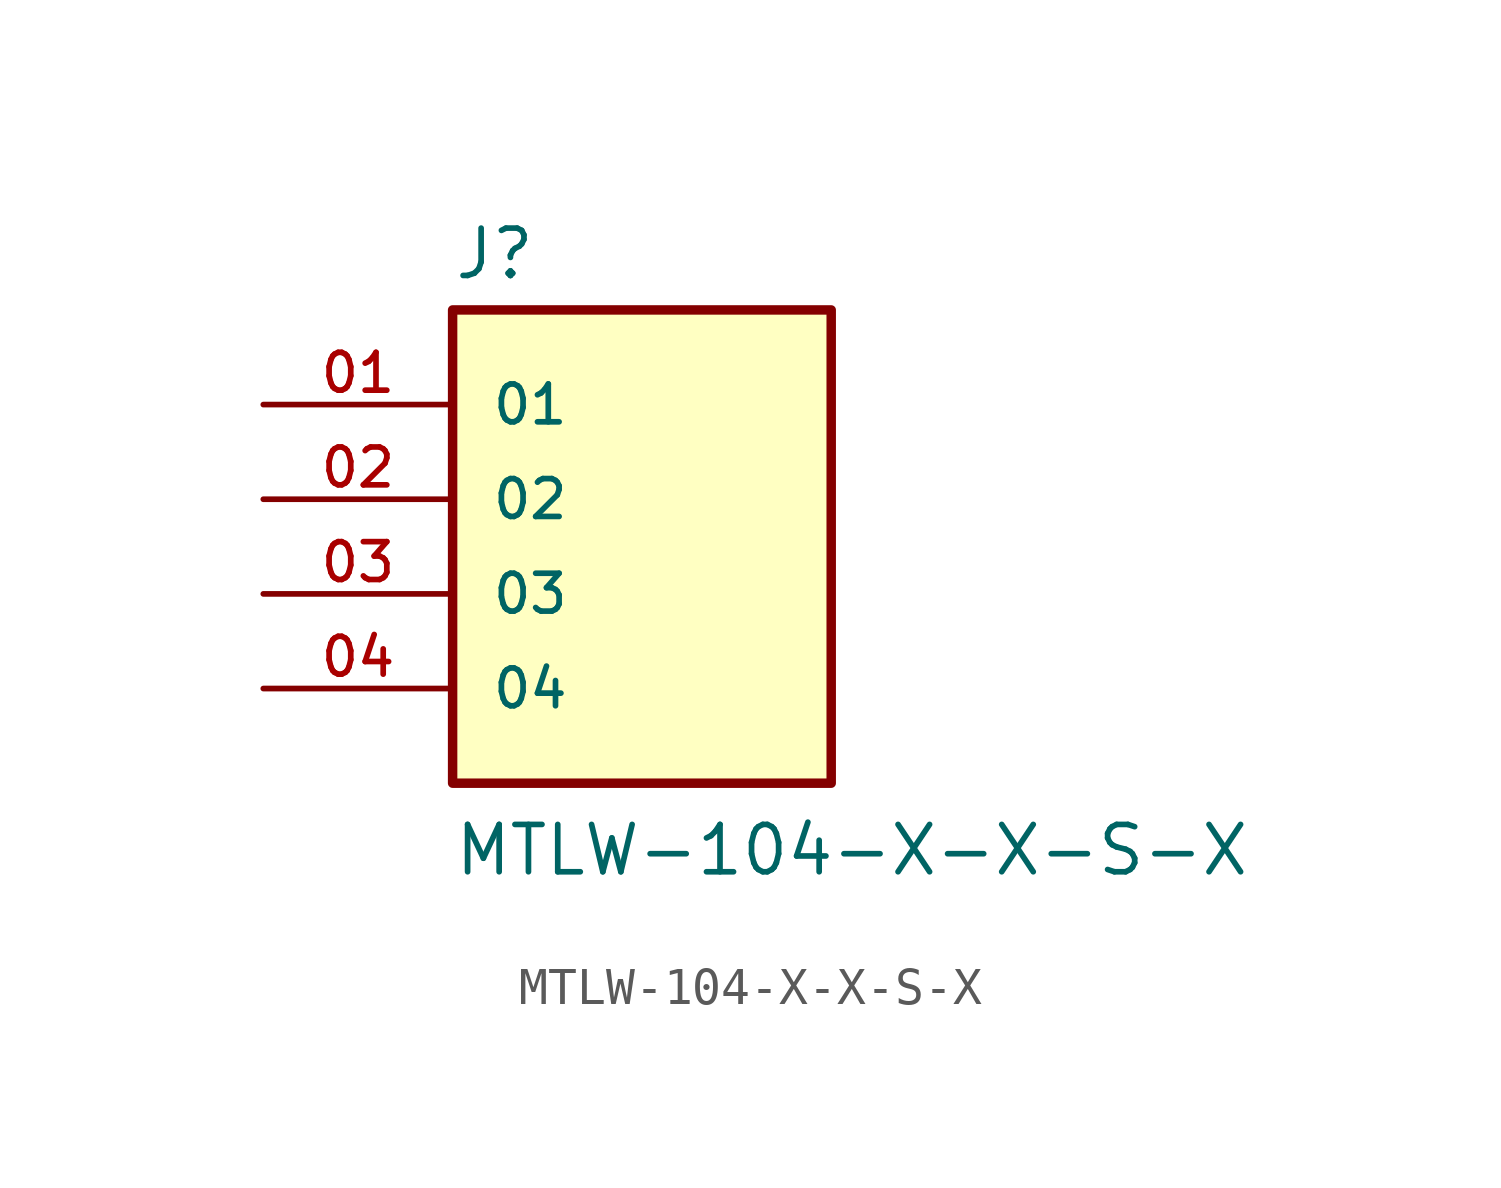
<source format=kicad_sym>
(kicad_symbol_lib
  (version 20211014)
  (generator kicad_symbol_editor)
  (symbol "MTLW-104-X-X-S-X"
    (pin_names
      (offset 1.016))
    (property "Reference" "J"
      (at -5.08 8.382 0)
      (effects (font (size 1.27 1.27)) (justify bottom left)))
    (property "Value" "MTLW-104-X-X-S-X"
      (at -5.08 -7.62 0)
      (effects (font (size 1.27 1.27)) (justify bottom left)))
    (symbol "MTLW-104-X-X-S-X_0_0"
      (rectangle (start -5.08 -5.08) (end 5.08 7.62) (stroke (width 0.254)) (fill (type background)))
      (pin passive line (at -10.16 5.08 0) (length 5.08) (name "01" (effects (font (size 1.016 1.016)))) (number "01" (effects (font (size 1.016 1.016)))))
      (pin passive line (at -10.16 2.54 0) (length 5.08) (name "02" (effects (font (size 1.016 1.016)))) (number "02" (effects (font (size 1.016 1.016)))))
      (pin passive line (at -10.16 0.0 0) (length 5.08) (name "03" (effects (font (size 1.016 1.016)))) (number "03" (effects (font (size 1.016 1.016)))))
      (pin passive line (at -10.16 -2.54 0) (length 5.08) (name "04" (effects (font (size 1.016 1.016)))) (number "04" (effects (font (size 1.016 1.016))))))))
</source>
